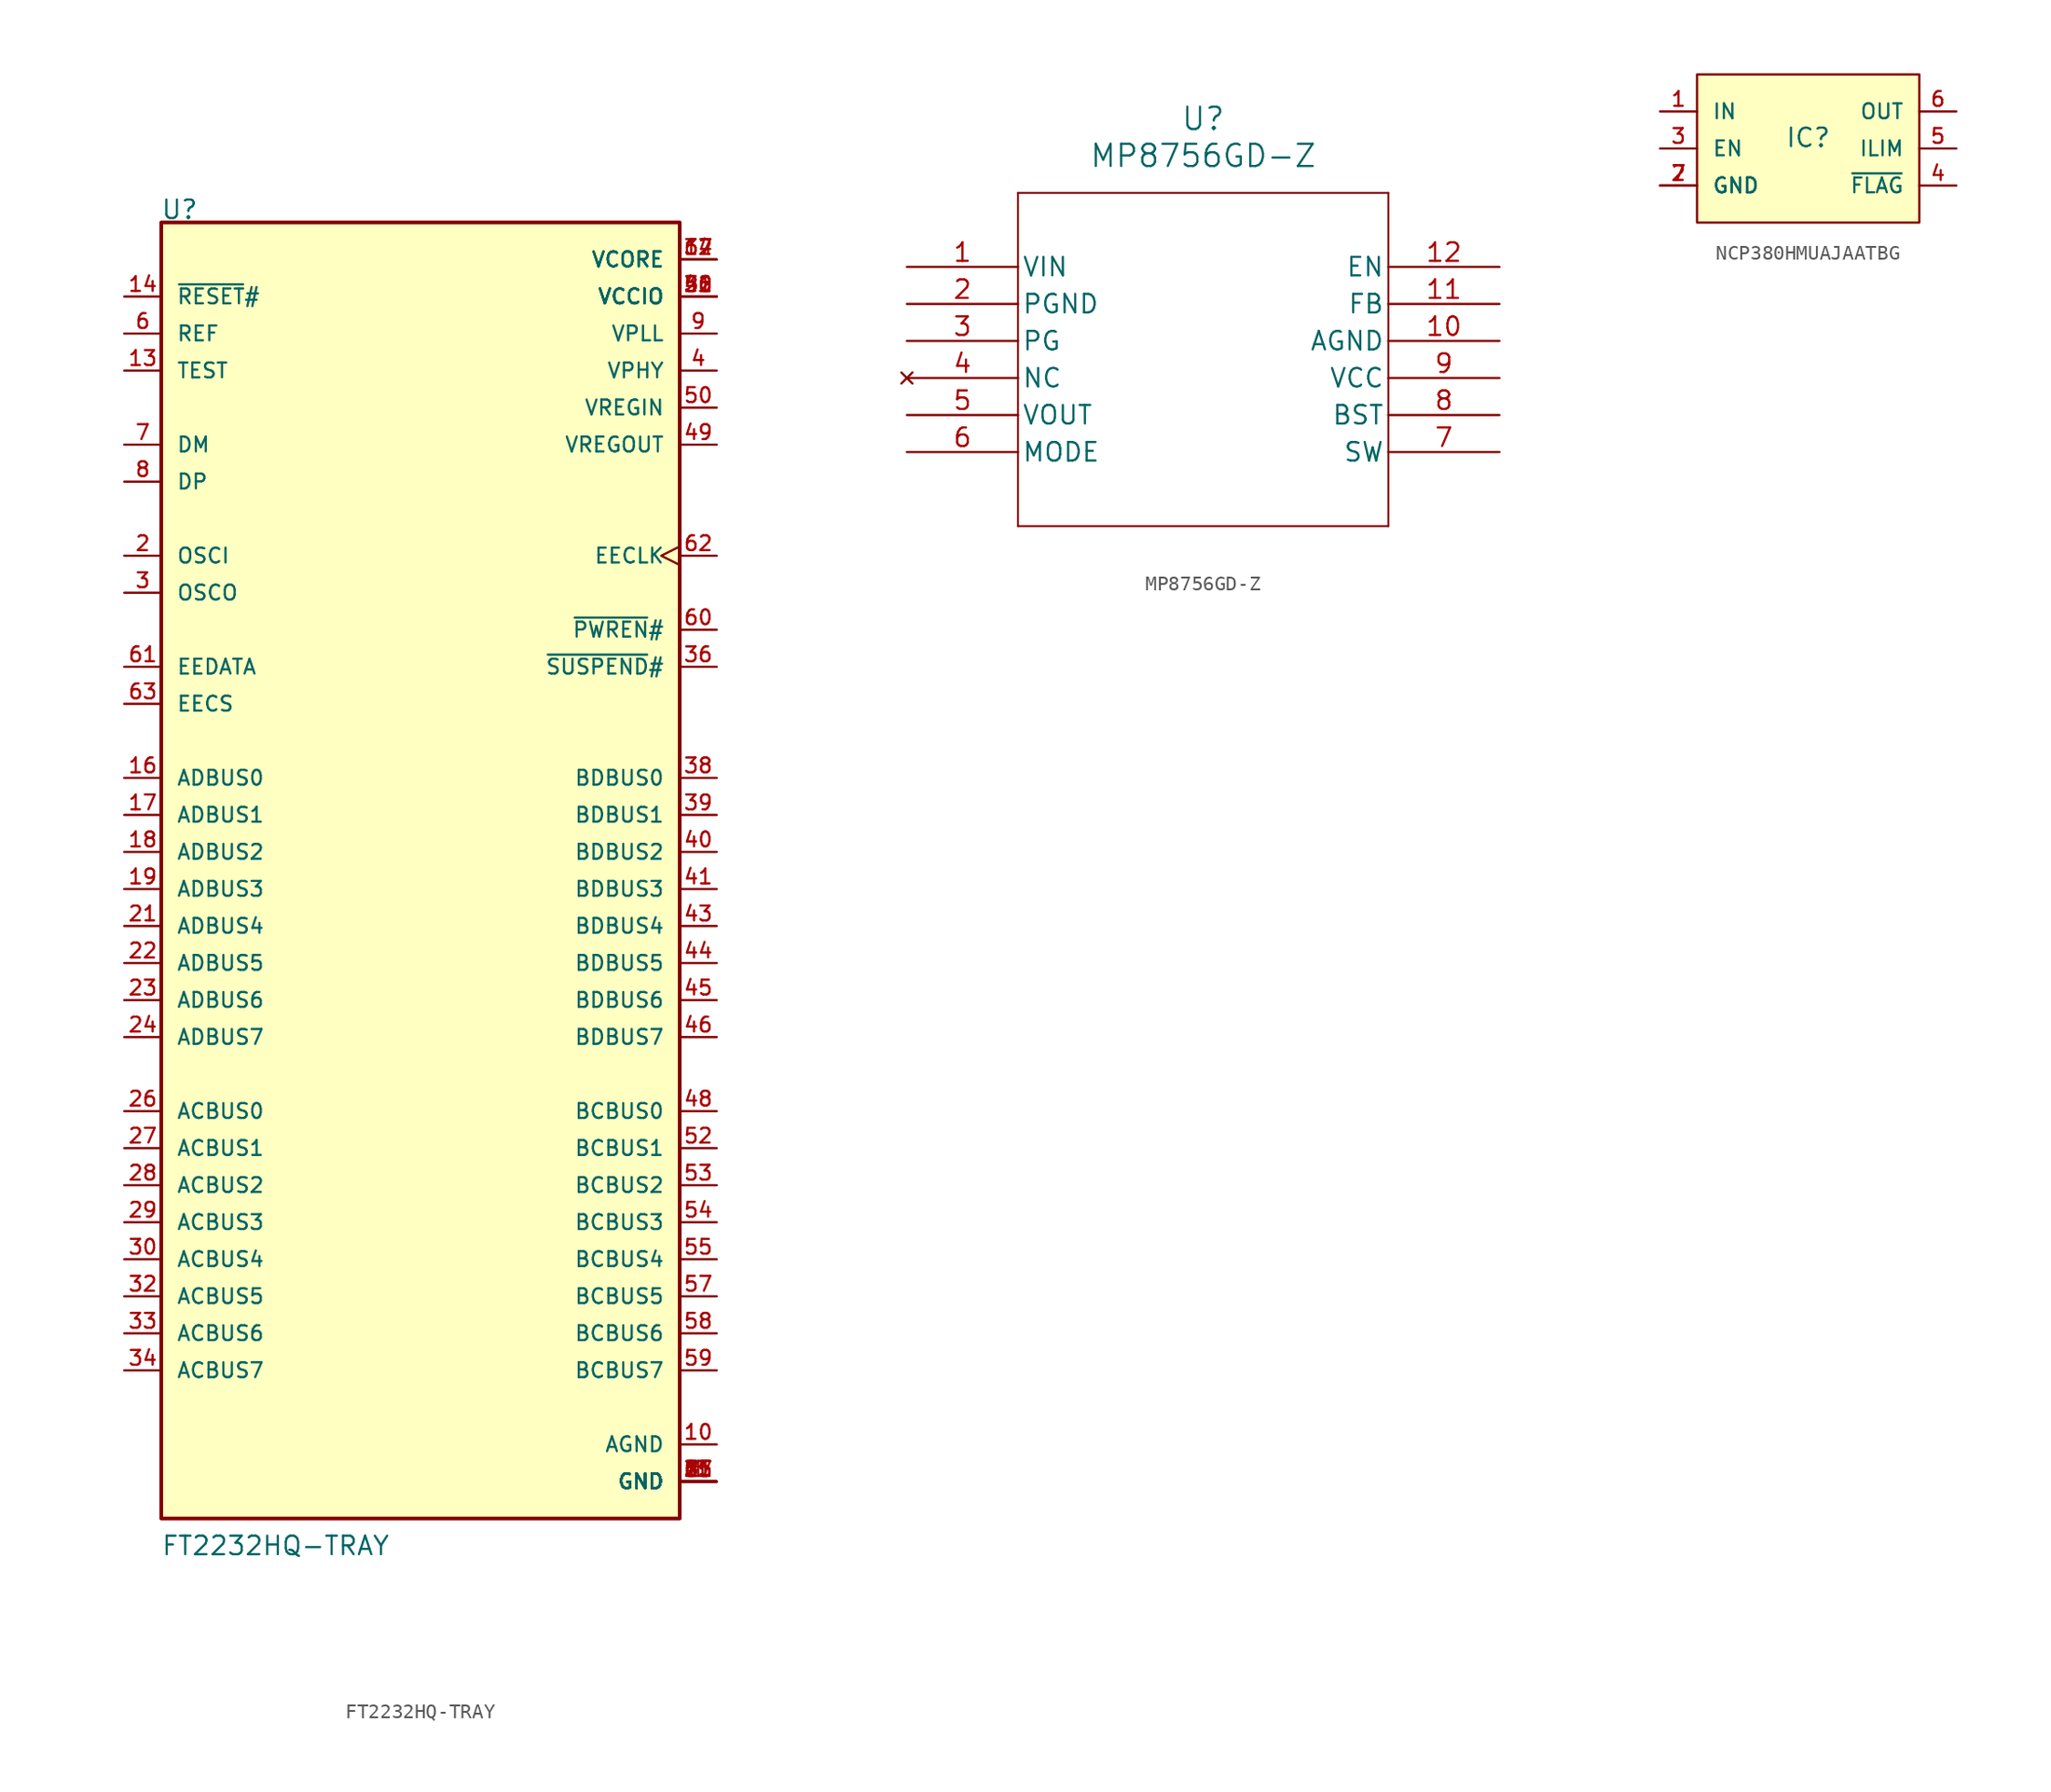
<source format=kicad_sym>
(kicad_symbol_lib
  (version 20231120)
  (generator "kicad_symbol_editor")
  (generator_version "8.0")
  (symbol "FT2232HQ-TRAY"
    (pin_names
      (offset 1.016))
    (property "Reference" "U"
      (at -17.835 45.861 0)
      (effects (font (size 1.27 1.27)) (justify left bottom)))
    (property "Value" "FT2232HQ-TRAY"
      (at -17.808 -45.793 0)
      (effects (font (size 1.27 1.27)) (justify left bottom)))
    (symbol "FT2232HQ-TRAY_0_0"
      (rectangle (start -17.78 -43.18) (end 17.78 45.72) (stroke (width 0.254) (type default)) (fill (type background)))
      (pin power_in line (at 20.32 -40.64 180) (length 2.54) (name "GND" (effects (font (size 1.016 1.016)))) (number "1" (effects (font (size 1.016 1.016)))))
      (pin power_in line (at 20.32 -38.1 180) (length 2.54) (name "AGND" (effects (font (size 1.016 1.016)))) (number "10" (effects (font (size 1.016 1.016)))))
      (pin power_in line (at 20.32 -40.64 180) (length 2.54) (name "GND" (effects (font (size 1.016 1.016)))) (number "11" (effects (font (size 1.016 1.016)))))
      (pin power_in line (at 20.32 43.18 180) (length 2.54) (name "VCORE" (effects (font (size 1.016 1.016)))) (number "12" (effects (font (size 1.016 1.016)))))
      (pin input line (at -20.32 35.56 0) (length 2.54) (name "TEST" (effects (font (size 1.016 1.016)))) (number "13" (effects (font (size 1.016 1.016)))))
      (pin input line (at -20.32 40.64 0) (length 2.54) (name "~{RESET}#" (effects (font (size 1.016 1.016)))) (number "14" (effects (font (size 1.016 1.016)))))
      (pin power_in line (at 20.32 -40.64 180) (length 2.54) (name "GND" (effects (font (size 1.016 1.016)))) (number "15" (effects (font (size 1.016 1.016)))))
      (pin bidirectional line (at -20.32 7.62 0) (length 2.54) (name "ADBUS0" (effects (font (size 1.016 1.016)))) (number "16" (effects (font (size 1.016 1.016)))))
      (pin bidirectional line (at -20.32 5.08 0) (length 2.54) (name "ADBUS1" (effects (font (size 1.016 1.016)))) (number "17" (effects (font (size 1.016 1.016)))))
      (pin bidirectional line (at -20.32 2.54 0) (length 2.54) (name "ADBUS2" (effects (font (size 1.016 1.016)))) (number "18" (effects (font (size 1.016 1.016)))))
      (pin bidirectional line (at -20.32 0 0) (length 2.54) (name "ADBUS3" (effects (font (size 1.016 1.016)))) (number "19" (effects (font (size 1.016 1.016)))))
      (pin input line (at -20.32 22.86 0) (length 2.54) (name "OSCI" (effects (font (size 1.016 1.016)))) (number "2" (effects (font (size 1.016 1.016)))))
      (pin power_in line (at 20.32 40.64 180) (length 2.54) (name "VCCIO" (effects (font (size 1.016 1.016)))) (number "20" (effects (font (size 1.016 1.016)))))
      (pin bidirectional line (at -20.32 -2.54 0) (length 2.54) (name "ADBUS4" (effects (font (size 1.016 1.016)))) (number "21" (effects (font (size 1.016 1.016)))))
      (pin bidirectional line (at -20.32 -5.08 0) (length 2.54) (name "ADBUS5" (effects (font (size 1.016 1.016)))) (number "22" (effects (font (size 1.016 1.016)))))
      (pin bidirectional line (at -20.32 -7.62 0) (length 2.54) (name "ADBUS6" (effects (font (size 1.016 1.016)))) (number "23" (effects (font (size 1.016 1.016)))))
      (pin bidirectional line (at -20.32 -10.16 0) (length 2.54) (name "ADBUS7" (effects (font (size 1.016 1.016)))) (number "24" (effects (font (size 1.016 1.016)))))
      (pin power_in line (at 20.32 -40.64 180) (length 2.54) (name "GND" (effects (font (size 1.016 1.016)))) (number "25" (effects (font (size 1.016 1.016)))))
      (pin bidirectional line (at -20.32 -15.24 0) (length 2.54) (name "ACBUS0" (effects (font (size 1.016 1.016)))) (number "26" (effects (font (size 1.016 1.016)))))
      (pin bidirectional line (at -20.32 -17.78 0) (length 2.54) (name "ACBUS1" (effects (font (size 1.016 1.016)))) (number "27" (effects (font (size 1.016 1.016)))))
      (pin bidirectional line (at -20.32 -20.32 0) (length 2.54) (name "ACBUS2" (effects (font (size 1.016 1.016)))) (number "28" (effects (font (size 1.016 1.016)))))
      (pin bidirectional line (at -20.32 -22.86 0) (length 2.54) (name "ACBUS3" (effects (font (size 1.016 1.016)))) (number "29" (effects (font (size 1.016 1.016)))))
      (pin output line (at -20.32 20.32 0) (length 2.54) (name "OSCO" (effects (font (size 1.016 1.016)))) (number "3" (effects (font (size 1.016 1.016)))))
      (pin bidirectional line (at -20.32 -25.4 0) (length 2.54) (name "ACBUS4" (effects (font (size 1.016 1.016)))) (number "30" (effects (font (size 1.016 1.016)))))
      (pin power_in line (at 20.32 40.64 180) (length 2.54) (name "VCCIO" (effects (font (size 1.016 1.016)))) (number "31" (effects (font (size 1.016 1.016)))))
      (pin bidirectional line (at -20.32 -27.94 0) (length 2.54) (name "ACBUS5" (effects (font (size 1.016 1.016)))) (number "32" (effects (font (size 1.016 1.016)))))
      (pin bidirectional line (at -20.32 -30.48 0) (length 2.54) (name "ACBUS6" (effects (font (size 1.016 1.016)))) (number "33" (effects (font (size 1.016 1.016)))))
      (pin bidirectional line (at -20.32 -33.02 0) (length 2.54) (name "ACBUS7" (effects (font (size 1.016 1.016)))) (number "34" (effects (font (size 1.016 1.016)))))
      (pin power_in line (at 20.32 -40.64 180) (length 2.54) (name "GND" (effects (font (size 1.016 1.016)))) (number "35" (effects (font (size 1.016 1.016)))))
      (pin output line (at 20.32 15.24 180) (length 2.54) (name "~{SUSPEND}#" (effects (font (size 1.016 1.016)))) (number "36" (effects (font (size 1.016 1.016)))))
      (pin power_in line (at 20.32 43.18 180) (length 2.54) (name "VCORE" (effects (font (size 1.016 1.016)))) (number "37" (effects (font (size 1.016 1.016)))))
      (pin bidirectional line (at 20.32 7.62 180) (length 2.54) (name "BDBUS0" (effects (font (size 1.016 1.016)))) (number "38" (effects (font (size 1.016 1.016)))))
      (pin bidirectional line (at 20.32 5.08 180) (length 2.54) (name "BDBUS1" (effects (font (size 1.016 1.016)))) (number "39" (effects (font (size 1.016 1.016)))))
      (pin power_in line (at 20.32 35.56 180) (length 2.54) (name "VPHY" (effects (font (size 1.016 1.016)))) (number "4" (effects (font (size 1.016 1.016)))))
      (pin bidirectional line (at 20.32 2.54 180) (length 2.54) (name "BDBUS2" (effects (font (size 1.016 1.016)))) (number "40" (effects (font (size 1.016 1.016)))))
      (pin bidirectional line (at 20.32 0 180) (length 2.54) (name "BDBUS3" (effects (font (size 1.016 1.016)))) (number "41" (effects (font (size 1.016 1.016)))))
      (pin power_in line (at 20.32 40.64 180) (length 2.54) (name "VCCIO" (effects (font (size 1.016 1.016)))) (number "42" (effects (font (size 1.016 1.016)))))
      (pin bidirectional line (at 20.32 -2.54 180) (length 2.54) (name "BDBUS4" (effects (font (size 1.016 1.016)))) (number "43" (effects (font (size 1.016 1.016)))))
      (pin bidirectional line (at 20.32 -5.08 180) (length 2.54) (name "BDBUS5" (effects (font (size 1.016 1.016)))) (number "44" (effects (font (size 1.016 1.016)))))
      (pin bidirectional line (at 20.32 -7.62 180) (length 2.54) (name "BDBUS6" (effects (font (size 1.016 1.016)))) (number "45" (effects (font (size 1.016 1.016)))))
      (pin bidirectional line (at 20.32 -10.16 180) (length 2.54) (name "BDBUS7" (effects (font (size 1.016 1.016)))) (number "46" (effects (font (size 1.016 1.016)))))
      (pin power_in line (at 20.32 -40.64 180) (length 2.54) (name "GND" (effects (font (size 1.016 1.016)))) (number "47" (effects (font (size 1.016 1.016)))))
      (pin bidirectional line (at 20.32 -15.24 180) (length 2.54) (name "BCBUS0" (effects (font (size 1.016 1.016)))) (number "48" (effects (font (size 1.016 1.016)))))
      (pin power_in line (at 20.32 30.48 180) (length 2.54) (name "VREGOUT" (effects (font (size 1.016 1.016)))) (number "49" (effects (font (size 1.016 1.016)))))
      (pin power_in line (at 20.32 -40.64 180) (length 2.54) (name "GND" (effects (font (size 1.016 1.016)))) (number "5" (effects (font (size 1.016 1.016)))))
      (pin power_in line (at 20.32 33.02 180) (length 2.54) (name "VREGIN" (effects (font (size 1.016 1.016)))) (number "50" (effects (font (size 1.016 1.016)))))
      (pin power_in line (at 20.32 -40.64 180) (length 2.54) (name "GND" (effects (font (size 1.016 1.016)))) (number "51" (effects (font (size 1.016 1.016)))))
      (pin bidirectional line (at 20.32 -17.78 180) (length 2.54) (name "BCBUS1" (effects (font (size 1.016 1.016)))) (number "52" (effects (font (size 1.016 1.016)))))
      (pin bidirectional line (at 20.32 -20.32 180) (length 2.54) (name "BCBUS2" (effects (font (size 1.016 1.016)))) (number "53" (effects (font (size 1.016 1.016)))))
      (pin bidirectional line (at 20.32 -22.86 180) (length 2.54) (name "BCBUS3" (effects (font (size 1.016 1.016)))) (number "54" (effects (font (size 1.016 1.016)))))
      (pin bidirectional line (at 20.32 -25.4 180) (length 2.54) (name "BCBUS4" (effects (font (size 1.016 1.016)))) (number "55" (effects (font (size 1.016 1.016)))))
      (pin power_in line (at 20.32 40.64 180) (length 2.54) (name "VCCIO" (effects (font (size 1.016 1.016)))) (number "56" (effects (font (size 1.016 1.016)))))
      (pin bidirectional line (at 20.32 -27.94 180) (length 2.54) (name "BCBUS5" (effects (font (size 1.016 1.016)))) (number "57" (effects (font (size 1.016 1.016)))))
      (pin bidirectional line (at 20.32 -30.48 180) (length 2.54) (name "BCBUS6" (effects (font (size 1.016 1.016)))) (number "58" (effects (font (size 1.016 1.016)))))
      (pin bidirectional line (at 20.32 -33.02 180) (length 2.54) (name "BCBUS7" (effects (font (size 1.016 1.016)))) (number "59" (effects (font (size 1.016 1.016)))))
      (pin input line (at -20.32 38.1 0) (length 2.54) (name "REF" (effects (font (size 1.016 1.016)))) (number "6" (effects (font (size 1.016 1.016)))))
      (pin output line (at 20.32 17.78 180) (length 2.54) (name "~{PWREN}#" (effects (font (size 1.016 1.016)))) (number "60" (effects (font (size 1.016 1.016)))))
      (pin bidirectional line (at -20.32 15.24 0) (length 2.54) (name "EEDATA" (effects (font (size 1.016 1.016)))) (number "61" (effects (font (size 1.016 1.016)))))
      (pin output clock (at 20.32 22.86 180) (length 2.54) (name "EECLK" (effects (font (size 1.016 1.016)))) (number "62" (effects (font (size 1.016 1.016)))))
      (pin bidirectional line (at -20.32 12.7 0) (length 2.54) (name "EECS" (effects (font (size 1.016 1.016)))) (number "63" (effects (font (size 1.016 1.016)))))
      (pin power_in line (at 20.32 43.18 180) (length 2.54) (name "VCORE" (effects (font (size 1.016 1.016)))) (number "64" (effects (font (size 1.016 1.016)))))
      (pin power_in line (at 20.32 -40.64 180) (length 2.54) (name "GND" (effects (font (size 1.016 1.016)))) (number "65" (effects (font (size 1.016 1.016)))))
      (pin bidirectional line (at -20.32 30.48 0) (length 2.54) (name "DM" (effects (font (size 1.016 1.016)))) (number "7" (effects (font (size 1.016 1.016)))))
      (pin bidirectional line (at -20.32 27.94 0) (length 2.54) (name "DP" (effects (font (size 1.016 1.016)))) (number "8" (effects (font (size 1.016 1.016)))))
      (pin power_in line (at 20.32 38.1 180) (length 2.54) (name "VPLL" (effects (font (size 1.016 1.016)))) (number "9" (effects (font (size 1.016 1.016)))))))
  (symbol "MP8756GD-Z"
    (pin_names
      (offset 0.254))
    (property "Reference" "U"
      (at 20.32 10.16 0)
      (effects (font (size 1.524 1.524))))
    (property "Value" "MP8756GD-Z"
      (at 20.32 7.62 0)
      (effects (font (size 1.524 1.524))))
    (property "ki_locked" ""
      (at 0 0 0)
      (effects (font (size 1.27 1.27))))
    (symbol "MP8756GD-Z_0_1"
      (polyline (pts (xy 7.62 -17.78) (xy 33.02 -17.78)) (stroke (width 0.127) (type default)) (fill (type none)))
      (polyline (pts (xy 7.62 5.08) (xy 7.62 -17.78)) (stroke (width 0.127) (type default)) (fill (type none)))
      (polyline (pts (xy 33.02 -17.78) (xy 33.02 5.08)) (stroke (width 0.127) (type default)) (fill (type none)))
      (polyline (pts (xy 33.02 5.08) (xy 7.62 5.08)) (stroke (width 0.127) (type default)) (fill (type none)))
      (pin power_in line (at 0 0 0) (length 7.62) (name "VIN" (effects (font (size 1.27 1.27)))) (number "1" (effects (font (size 1.27 1.27)))))
      (pin power_in line (at 40.64 -5.08 180) (length 7.62) (name "AGND" (effects (font (size 1.27 1.27)))) (number "10" (effects (font (size 1.27 1.27)))))
      (pin unspecified line (at 40.64 -2.54 180) (length 7.62) (name "FB" (effects (font (size 1.27 1.27)))) (number "11" (effects (font (size 1.27 1.27)))))
      (pin input line (at 40.64 0 180) (length 7.62) (name "EN" (effects (font (size 1.27 1.27)))) (number "12" (effects (font (size 1.27 1.27)))))
      (pin power_in line (at 0 -2.54 0) (length 7.62) (name "PGND" (effects (font (size 1.27 1.27)))) (number "2" (effects (font (size 1.27 1.27)))))
      (pin output line (at 0 -5.08 0) (length 7.62) (name "PG" (effects (font (size 1.27 1.27)))) (number "3" (effects (font (size 1.27 1.27)))))
      (pin no_connect line (at 0 -7.62 0) (length 7.62) (name "NC" (effects (font (size 1.27 1.27)))) (number "4" (effects (font (size 1.27 1.27)))))
      (pin power_in line (at 0 -10.16 0) (length 7.62) (name "VOUT" (effects (font (size 1.27 1.27)))) (number "5" (effects (font (size 1.27 1.27)))))
      (pin unspecified line (at 0 -12.7 0) (length 7.62) (name "MODE" (effects (font (size 1.27 1.27)))) (number "6" (effects (font (size 1.27 1.27)))))
      (pin output line (at 40.64 -12.7 180) (length 7.62) (name "SW" (effects (font (size 1.27 1.27)))) (number "7" (effects (font (size 1.27 1.27)))))
      (pin power_in line (at 40.64 -10.16 180) (length 7.62) (name "BST" (effects (font (size 1.27 1.27)))) (number "8" (effects (font (size 1.27 1.27)))))
      (pin power_in line (at 40.64 -7.62 180) (length 7.62) (name "VCC" (effects (font (size 1.27 1.27)))) (number "9" (effects (font (size 1.27 1.27)))))))
  (symbol "NCP380HMUAJAATBG"
    (pin_names
      (offset 1.016))
    (property "Reference" "IC"
      (at 0 0 0)
      (effects (font (size 1.27 1.27)) (justify bottom)))
    (symbol "NCP380HMUAJAATBG_0_0"
      (rectangle (start -7.62 -5.08) (end 7.62 5.08) (stroke (width 0.152) (type default)) (fill (type background)))
      (pin bidirectional line (at -10.16 2.54 0) (length 2.54) (name "IN" (effects (font (size 1.016 1.016)))) (number "1" (effects (font (size 1.016 1.016)))))
      (pin bidirectional line (at -10.16 -2.54 0) (length 2.54) (name "GND" (effects (font (size 1.016 1.016)))) (number "2" (effects (font (size 1.016 1.016)))))
      (pin bidirectional line (at -10.16 0 0) (length 2.54) (name "EN" (effects (font (size 1.016 1.016)))) (number "3" (effects (font (size 1.016 1.016)))))
      (pin bidirectional line (at 10.16 -2.54 180) (length 2.54) (name "~{FLAG}" (effects (font (size 1.016 1.016)))) (number "4" (effects (font (size 1.016 1.016)))))
      (pin bidirectional line (at 10.16 0 180) (length 2.54) (name "ILIM" (effects (font (size 1.016 1.016)))) (number "5" (effects (font (size 1.016 1.016)))))
      (pin bidirectional line (at 10.16 2.54 180) (length 2.54) (name "OUT" (effects (font (size 1.016 1.016)))) (number "6" (effects (font (size 1.016 1.016)))))
      (pin bidirectional line (at -10.16 -2.54 0) (length 2.54) (name "GND" (effects (font (size 1.016 1.016)))) (number "7" (effects (font (size 1.016 1.016))))))))
</source>
